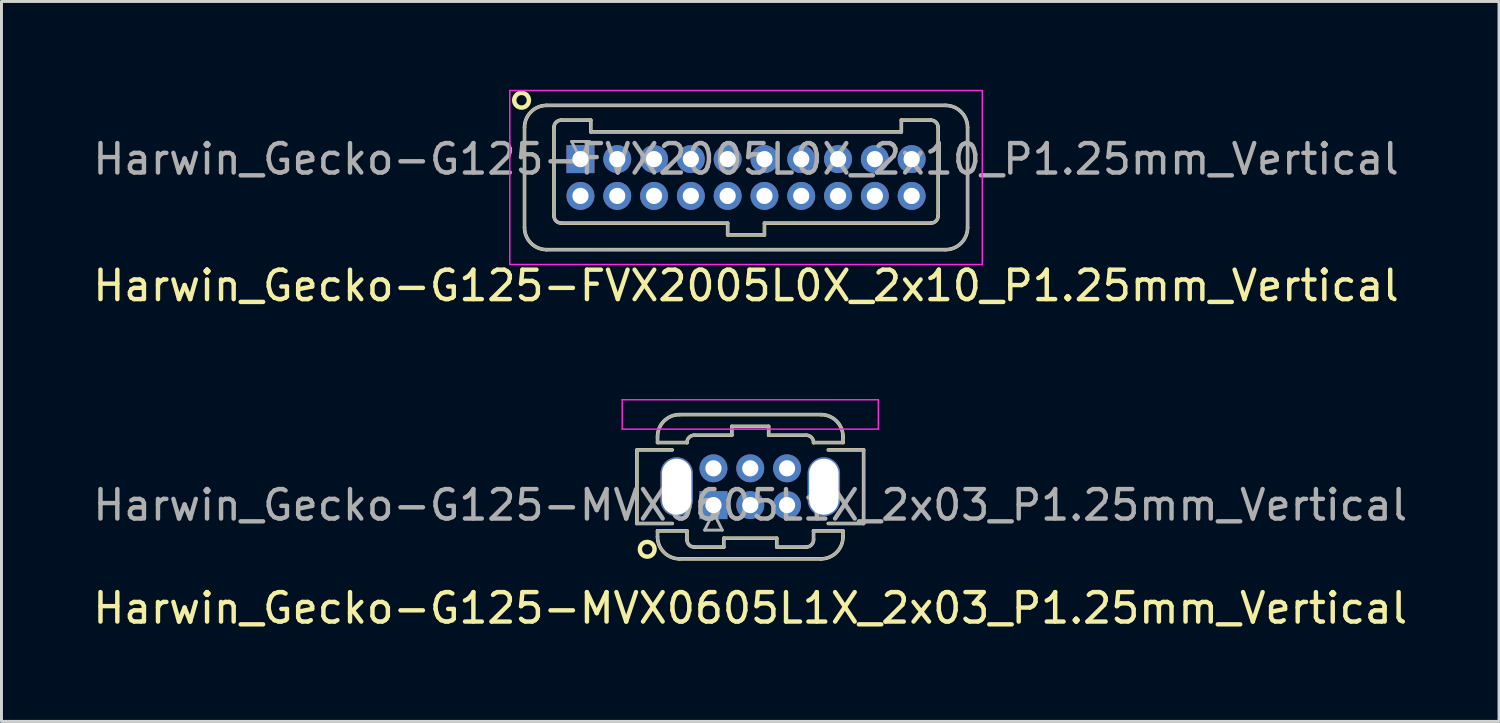
<source format=kicad_pcb>
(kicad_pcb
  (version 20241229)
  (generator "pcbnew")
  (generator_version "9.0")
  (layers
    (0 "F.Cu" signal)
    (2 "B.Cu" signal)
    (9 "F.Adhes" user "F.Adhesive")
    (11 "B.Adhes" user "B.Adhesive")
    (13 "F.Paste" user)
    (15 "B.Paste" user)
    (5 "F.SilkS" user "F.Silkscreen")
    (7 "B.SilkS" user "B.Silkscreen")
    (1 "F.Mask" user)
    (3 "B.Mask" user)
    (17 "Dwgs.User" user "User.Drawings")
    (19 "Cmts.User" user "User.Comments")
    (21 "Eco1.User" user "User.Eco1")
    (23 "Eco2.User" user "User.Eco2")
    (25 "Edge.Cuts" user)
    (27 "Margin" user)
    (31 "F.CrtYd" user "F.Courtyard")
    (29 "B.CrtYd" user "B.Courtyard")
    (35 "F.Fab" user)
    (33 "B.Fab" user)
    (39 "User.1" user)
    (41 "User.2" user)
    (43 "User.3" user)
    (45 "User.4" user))
  (footprint "Harwin_Gecko-G125-MVX0605L1X_2x03_P1.25mm_Vertical"
    (layer "F.Cu")
    (at 21.185 14.108)
    (property "Reference" "Harwin_Gecko-G125-MVX0605L1X_2x03_P1.25mm_Vertical" (at 1.25 3.5 0) (layer "F.SilkS") (effects (font (size 1 1) (thickness 0.15))))
    (attr through_hole)
    (fp_line (start -2.6 -1.875) (end -2.6 0.625) (stroke (width 0.12) (type solid)) (layer "F.SilkS"))
    (fp_line (start -2.6 0.625) (end -1.4 0.625) (stroke (width 0.12) (type solid)) (layer "F.SilkS"))
    (fp_line (start -1.9 -2.325) (end -1.9 -2.125) (stroke (width 0.12) (type solid)) (layer "F.SilkS"))
    (fp_line (start -1.9 -2.125) (end -0.9 -2.125) (stroke (width 0.12) (type solid)) (layer "F.SilkS"))
    (fp_line (start -1.9 0.875) (end -0.9 0.875) (stroke (width 0.12) (type solid)) (layer "F.SilkS"))
    (fp_line (start -1.9 1.075) (end -1.9 0.875) (stroke (width 0.12) (type solid)) (layer "F.SilkS"))
    (fp_line (start -1.4 -1.875) (end -2.6 -1.875) (stroke (width 0.12) (type solid)) (layer "F.SilkS"))
    (fp_line (start -1.15 -3.075) (end 3.65 -3.075) (stroke (width 0.12) (type solid)) (layer "F.SilkS"))
    (fp_line (start -1.15 1.825) (end 3.65 1.825) (stroke (width 0.12) (type solid)) (layer "F.SilkS"))
    (fp_line (start -0.9 -2.125) (end -0.9 -2.125) (stroke (width 0.12) (type solid)) (layer "F.SilkS"))
    (fp_line (start -0.9 0.875) (end -0.9 0.875) (stroke (width 0.12) (type solid)) (layer "F.SilkS"))
    (fp_line (start -0.9 1.175) (end -0.9 0.875) (stroke (width 0.12) (type solid)) (layer "F.SilkS"))
    (fp_line (start -0.65 -2.375) (end 0.625 -2.375) (stroke (width 0.12) (type solid)) (layer "F.SilkS"))
    (fp_line (start -0.65 1.425) (end 0.35 1.425) (stroke (width 0.12) (type solid)) (layer "F.SilkS"))
    (fp_line (start 0.35 1.125) (end 2.15 1.125) (stroke (width 0.12) (type solid)) (layer "F.SilkS"))
    (fp_line (start 0.35 1.425) (end 0.35 1.125) (stroke (width 0.12) (type solid)) (layer "F.SilkS"))
    (fp_line (start 0.625 -2.675) (end 1.875 -2.675) (stroke (width 0.12) (type solid)) (layer "F.SilkS"))
    (fp_line (start 0.625 -2.375) (end 0.625 -2.675) (stroke (width 0.12) (type solid)) (layer "F.SilkS"))
    (fp_line (start 1.875 -2.675) (end 1.875 -2.375) (stroke (width 0.12) (type solid)) (layer "F.SilkS"))
    (fp_line (start 1.875 -2.375) (end 3.15 -2.375) (stroke (width 0.12) (type solid)) (layer "F.SilkS"))
    (fp_line (start 2.15 1.125) (end 2.15 1.425) (stroke (width 0.12) (type solid)) (layer "F.SilkS"))
    (fp_line (start 2.15 1.425) (end 3.15 1.425) (stroke (width 0.12) (type solid)) (layer "F.SilkS"))
    (fp_line (start 3.4 -2.125) (end 3.4 -2.125) (stroke (width 0.12) (type solid)) (layer "F.SilkS"))
    (fp_line (start 3.4 0.875) (end 3.4 0.875) (stroke (width 0.12) (type solid)) (layer "F.SilkS"))
    (fp_line (start 3.4 1.175) (end 3.4 0.875) (stroke (width 0.12) (type solid)) (layer "F.SilkS"))
    (fp_line (start 3.9 -1.875) (end 5.1 -1.875) (stroke (width 0.12) (type solid)) (layer "F.SilkS"))
    (fp_line (start 4.4 -2.325) (end 4.4 -2.125) (stroke (width 0.12) (type solid)) (layer "F.SilkS"))
    (fp_line (start 4.4 -2.125) (end 3.4 -2.125) (stroke (width 0.12) (type solid)) (layer "F.SilkS"))
    (fp_line (start 4.4 0.875) (end 3.4 0.875) (stroke (width 0.12) (type solid)) (layer "F.SilkS"))
    (fp_line (start 4.4 1.075) (end 4.4 0.875) (stroke (width 0.12) (type solid)) (layer "F.SilkS"))
    (fp_line (start 5.1 -1.875) (end 5.1 0.625) (stroke (width 0.12) (type solid)) (layer "F.SilkS"))
    (fp_line (start 5.1 0.625) (end 3.9 0.625) (stroke (width 0.12) (type solid)) (layer "F.SilkS"))
    (fp_arc (start -1.9 -2.325) (mid -1.68033 -2.85533) (end -1.15 -3.075) (stroke (width 0.12) (type solid)) (layer "F.SilkS"))
    (fp_arc (start -1.15 1.825) (mid -1.68033 1.60533) (end -1.9 1.075) (stroke (width 0.12) (type solid)) (layer "F.SilkS"))
    (fp_arc (start -0.9 -2.125) (mid -0.826777 -2.301777) (end -0.65 -2.375) (stroke (width 0.12) (type solid)) (layer "F.SilkS"))
    (fp_arc (start -0.65 1.425) (mid -0.826777 1.351777) (end -0.9 1.175) (stroke (width 0.12) (type solid)) (layer "F.SilkS"))
    (fp_arc (start 3.15 -2.375) (mid 3.326777 -2.301777) (end 3.4 -2.125) (stroke (width 0.12) (type solid)) (layer "F.SilkS"))
    (fp_arc (start 3.4 1.175) (mid 3.326777 1.351777) (end 3.15 1.425) (stroke (width 0.12) (type solid)) (layer "F.SilkS"))
    (fp_arc (start 3.65 -3.075) (mid 4.18033 -2.85533) (end 4.4 -2.325) (stroke (width 0.12) (type solid)) (layer "F.SilkS"))
    (fp_arc (start 4.4 1.075) (mid 4.18033 1.60533) (end 3.65 1.825) (stroke (width 0.12) (type solid)) (layer "F.SilkS"))
    (fp_circle (center -2.25 1.5) (end -2 1.5) (stroke (width 0.15) (type solid)) (fill no) (layer "F.SilkS"))
    (fp_line (start -3.1 -3.58) (end -3.1 -2.58) (stroke (width 0.05) (type solid)) (layer "F.CrtYd"))
    (fp_line (start -3.1 -2.58) (end 5.6 -2.58) (stroke (width 0.05) (type solid)) (layer "F.CrtYd"))
    (fp_line (start 5.6 -3.58) (end -3.1 -3.58) (stroke (width 0.05) (type solid)) (layer "F.CrtYd"))
    (fp_line (start 5.6 -2.58) (end 5.6 -3.58) (stroke (width 0.05) (type solid)) (layer "F.CrtYd"))
    (fp_line (start -2.6 -1.875) (end -2.6 0.625) (stroke (width 0.1) (type solid)) (layer "F.Fab"))
    (fp_line (start -2.6 0.625) (end -1.4 0.625) (stroke (width 0.1) (type solid)) (layer "F.Fab"))
    (fp_line (start -1.9 -2.325) (end -1.9 -2.125) (stroke (width 0.1) (type solid)) (layer "F.Fab"))
    (fp_line (start -1.9 -2.125) (end -0.9 -2.125) (stroke (width 0.1) (type solid)) (layer "F.Fab"))
    (fp_line (start -1.9 0.875) (end -0.9 0.875) (stroke (width 0.1) (type solid)) (layer "F.Fab"))
    (fp_line (start -1.9 1.075) (end -1.9 0.875) (stroke (width 0.1) (type solid)) (layer "F.Fab"))
    (fp_line (start -1.4 -1.875) (end -2.6 -1.875) (stroke (width 0.1) (type solid)) (layer "F.Fab"))
    (fp_line (start -1.15 -3.075) (end 3.65 -3.075) (stroke (width 0.1) (type solid)) (layer "F.Fab"))
    (fp_line (start -1.15 1.825) (end 3.65 1.825) (stroke (width 0.1) (type solid)) (layer "F.Fab"))
    (fp_line (start -0.9 -2.125) (end -0.9 -2.125) (stroke (width 0.1) (type solid)) (layer "F.Fab"))
    (fp_line (start -0.9 0.875) (end -0.9 0.875) (stroke (width 0.1) (type solid)) (layer "F.Fab"))
    (fp_line (start -0.9 1.175) (end -0.9 0.875) (stroke (width 0.1) (type solid)) (layer "F.Fab"))
    (fp_line (start -0.65 -2.375) (end 0.625 -2.375) (stroke (width 0.1) (type solid)) (layer "F.Fab"))
    (fp_line (start -0.65 1.425) (end 0.35 1.425) (stroke (width 0.1) (type solid)) (layer "F.Fab"))
    (fp_line (start -0.3 0.85) (end 0.3 0.85) (stroke (width 0.1) (type solid)) (layer "F.Fab"))
    (fp_line (start 0 0.25) (end -0.3 0.85) (stroke (width 0.1) (type solid)) (layer "F.Fab"))
    (fp_line (start 0.3 0.85) (end 0 0.25) (stroke (width 0.1) (type solid)) (layer "F.Fab"))
    (fp_line (start 0.35 1.125) (end 2.15 1.125) (stroke (width 0.1) (type solid)) (layer "F.Fab"))
    (fp_line (start 0.35 1.425) (end 0.35 1.125) (stroke (width 0.1) (type solid)) (layer "F.Fab"))
    (fp_line (start 0.625 -2.675) (end 1.875 -2.675) (stroke (width 0.1) (type solid)) (layer "F.Fab"))
    (fp_line (start 0.625 -2.375) (end 0.625 -2.675) (stroke (width 0.1) (type solid)) (layer "F.Fab"))
    (fp_line (start 1.875 -2.675) (end 1.875 -2.375) (stroke (width 0.1) (type solid)) (layer "F.Fab"))
    (fp_line (start 1.875 -2.375) (end 3.15 -2.375) (stroke (width 0.1) (type solid)) (layer "F.Fab"))
    (fp_line (start 2.15 1.125) (end 2.15 1.425) (stroke (width 0.1) (type solid)) (layer "F.Fab"))
    (fp_line (start 2.15 1.425) (end 3.15 1.425) (stroke (width 0.1) (type solid)) (layer "F.Fab"))
    (fp_line (start 3.4 -2.125) (end 3.4 -2.125) (stroke (width 0.1) (type solid)) (layer "F.Fab"))
    (fp_line (start 3.4 0.875) (end 3.4 0.875) (stroke (width 0.1) (type solid)) (layer "F.Fab"))
    (fp_line (start 3.4 1.175) (end 3.4 0.875) (stroke (width 0.1) (type solid)) (layer "F.Fab"))
    (fp_line (start 3.9 -1.875) (end 5.1 -1.875) (stroke (width 0.1) (type solid)) (layer "F.Fab"))
    (fp_line (start 4.4 -2.325) (end 4.4 -2.125) (stroke (width 0.1) (type solid)) (layer "F.Fab"))
    (fp_line (start 4.4 -2.125) (end 3.4 -2.125) (stroke (width 0.1) (type solid)) (layer "F.Fab"))
    (fp_line (start 4.4 0.875) (end 3.4 0.875) (stroke (width 0.1) (type solid)) (layer "F.Fab"))
    (fp_line (start 4.4 1.075) (end 4.4 0.875) (stroke (width 0.1) (type solid)) (layer "F.Fab"))
    (fp_line (start 5.1 -1.875) (end 5.1 0.625) (stroke (width 0.1) (type solid)) (layer "F.Fab"))
    (fp_line (start 5.1 0.625) (end 3.9 0.625) (stroke (width 0.1) (type solid)) (layer "F.Fab"))
    (fp_arc (start -1.9 -2.325) (mid -1.68033 -2.85533) (end -1.15 -3.075) (stroke (width 0.1) (type solid)) (layer "F.Fab"))
    (fp_arc (start -1.15 1.825) (mid -1.68033 1.60533) (end -1.9 1.075) (stroke (width 0.1) (type solid)) (layer "F.Fab"))
    (fp_arc (start -0.9 -2.125) (mid -0.826777 -2.301777) (end -0.65 -2.375) (stroke (width 0.1) (type solid)) (layer "F.Fab"))
    (fp_arc (start -0.65 1.425) (mid -0.826777 1.351777) (end -0.9 1.175) (stroke (width 0.1) (type solid)) (layer "F.Fab"))
    (fp_arc (start 3.15 -2.375) (mid 3.326777 -2.301777) (end 3.4 -2.125) (stroke (width 0.1) (type solid)) (layer "F.Fab"))
    (fp_arc (start 3.4 1.175) (mid 3.326777 1.351777) (end 3.15 1.425) (stroke (width 0.1) (type solid)) (layer "F.Fab"))
    (fp_arc (start 3.65 -3.075) (mid 4.18033 -2.85533) (end 4.4 -2.325) (stroke (width 0.1) (type solid)) (layer "F.Fab"))
    (fp_arc (start 4.4 1.075) (mid 4.18033 1.60533) (end 3.65 1.825) (stroke (width 0.1) (type solid)) (layer "F.Fab"))
    (fp_text user "${REFERENCE}" (at 1.25 0 0) (layer "F.Fab") (effects (font (size 1 1) (thickness 0.15))))
    (pad "" np_thru_hole oval (at -1.25 -0.625) (size 1.1 2) (drill oval 1 1.9) (layers "*.Cu" "*.Mask"))
    (pad "" np_thru_hole oval (at 3.75 -0.625) (size 1.1 2) (drill oval 1 1.9) (layers "*.Cu" "*.Mask"))
    (pad "1" thru_hole rect (at 0 0) (size 0.95 0.95) (drill 0.55) (layers "*.Cu" "*.Mask"))
    (pad "2" thru_hole circle (at 0 -1.25) (size 0.95 0.95) (drill 0.55) (layers "*.Cu" "*.Mask"))
    (pad "3" thru_hole circle (at 1.25 0) (size 0.95 0.95) (drill 0.55) (layers "*.Cu" "*.Mask"))
    (pad "4" thru_hole circle (at 1.25 -1.25) (size 0.95 0.95) (drill 0.55) (layers "*.Cu" "*.Mask"))
    (pad "5" thru_hole circle (at 2.5 0) (size 0.95 0.95) (drill 0.55) (layers "*.Cu" "*.Mask"))
    (pad "6" thru_hole circle (at 2.5 -1.25) (size 0.95 0.95) (drill 0.55) (layers "*.Cu" "*.Mask")))
  (footprint "Harwin_Gecko-G125-FVX2005L0X_2x10_P1.25mm_Vertical"
    (layer "F.Cu")
    (at 16.667 2.355)
    (property "Reference" "Harwin_Gecko-G125-FVX2005L0X_2x10_P1.25mm_Vertical" (at 5.625 4.3 0) (layer "F.SilkS") (effects (font (size 1 1) (thickness 0.15))))
    (attr through_hole)
    (fp_line (start -1.9 -1.075) (end -1.9 2.325) (stroke (width 0.12) (type solid)) (layer "F.SilkS"))
    (fp_line (start -1.15 -1.825) (end 12.4 -1.825) (stroke (width 0.12) (type solid)) (layer "F.SilkS"))
    (fp_line (start -1.15 3.075) (end 12.4 3.075) (stroke (width 0.12) (type solid)) (layer "F.SilkS"))
    (fp_line (start -0.9 -1.075) (end -0.9 1.925) (stroke (width 0.12) (type solid)) (layer "F.SilkS"))
    (fp_line (start -0.65 -1.325) (end 0.35 -1.325) (stroke (width 0.12) (type solid)) (layer "F.SilkS"))
    (fp_line (start -0.65 2.175) (end 5 2.175) (stroke (width 0.12) (type solid)) (layer "F.SilkS"))
    (fp_line (start 0.35 -1.325) (end 0.35 -0.925) (stroke (width 0.12) (type solid)) (layer "F.SilkS"))
    (fp_line (start 0.35 -0.925) (end 10.9 -0.925) (stroke (width 0.12) (type solid)) (layer "F.SilkS"))
    (fp_line (start 5 2.175) (end 5 2.575) (stroke (width 0.12) (type solid)) (layer "F.SilkS"))
    (fp_line (start 5 2.575) (end 6.25 2.575) (stroke (width 0.12) (type solid)) (layer "F.SilkS"))
    (fp_line (start 6.25 2.175) (end 11.9 2.175) (stroke (width 0.12) (type solid)) (layer "F.SilkS"))
    (fp_line (start 6.25 2.575) (end 6.25 2.175) (stroke (width 0.12) (type solid)) (layer "F.SilkS"))
    (fp_line (start 10.9 -1.325) (end 11.9 -1.325) (stroke (width 0.12) (type solid)) (layer "F.SilkS"))
    (fp_line (start 10.9 -0.925) (end 10.9 -1.325) (stroke (width 0.12) (type solid)) (layer "F.SilkS"))
    (fp_line (start 12.15 -1.075) (end 12.15 1.925) (stroke (width 0.12) (type solid)) (layer "F.SilkS"))
    (fp_line (start 13.15 -1.075) (end 13.15 2.325) (stroke (width 0.12) (type solid)) (layer "F.SilkS"))
    (fp_arc (start -1.9 -1.075) (mid -1.68033 -1.60533) (end -1.15 -1.825) (stroke (width 0.12) (type solid)) (layer "F.SilkS"))
    (fp_arc (start -1.15 3.075) (mid -1.68033 2.85533) (end -1.9 2.325) (stroke (width 0.12) (type solid)) (layer "F.SilkS"))
    (fp_arc (start -0.9 -1.075) (mid -0.826777 -1.251777) (end -0.65 -1.325) (stroke (width 0.12) (type solid)) (layer "F.SilkS"))
    (fp_arc (start -0.65 2.175) (mid -0.826777 2.101777) (end -0.9 1.925) (stroke (width 0.12) (type solid)) (layer "F.SilkS"))
    (fp_arc (start 11.9 -1.325) (mid 12.076777 -1.251777) (end 12.15 -1.075) (stroke (width 0.12) (type solid)) (layer "F.SilkS"))
    (fp_arc (start 12.15 1.925) (mid 12.076777 2.101777) (end 11.9 2.175) (stroke (width 0.12) (type solid)) (layer "F.SilkS"))
    (fp_arc (start 12.4 -1.825) (mid 12.93033 -1.60533) (end 13.15 -1.075) (stroke (width 0.12) (type solid)) (layer "F.SilkS"))
    (fp_arc (start 13.15 2.325) (mid 12.93033 2.85533) (end 12.4 3.075) (stroke (width 0.12) (type solid)) (layer "F.SilkS"))
    (fp_circle (center -2 -2) (end -1.75 -2) (stroke (width 0.15) (type solid)) (fill no) (layer "F.SilkS"))
    (fp_line (start -2.4 -2.33) (end -2.4 3.58) (stroke (width 0.05) (type solid)) (layer "F.CrtYd"))
    (fp_line (start -2.4 3.58) (end 13.65 3.58) (stroke (width 0.05) (type solid)) (layer "F.CrtYd"))
    (fp_line (start 13.65 -2.33) (end -2.4 -2.33) (stroke (width 0.05) (type solid)) (layer "F.CrtYd"))
    (fp_line (start 13.65 3.58) (end 13.65 -2.33) (stroke (width 0.05) (type solid)) (layer "F.CrtYd"))
    (fp_line (start -1.9 -1.075) (end -1.9 2.325) (stroke (width 0.1) (type solid)) (layer "F.Fab"))
    (fp_line (start -1.15 -1.825) (end 12.4 -1.825) (stroke (width 0.1) (type solid)) (layer "F.Fab"))
    (fp_line (start -1.15 3.075) (end 12.4 3.075) (stroke (width 0.1) (type solid)) (layer "F.Fab"))
    (fp_line (start -0.9 -1.075) (end -0.9 1.925) (stroke (width 0.1) (type solid)) (layer "F.Fab"))
    (fp_line (start -0.65 -1.325) (end 0.35 -1.325) (stroke (width 0.1) (type solid)) (layer "F.Fab"))
    (fp_line (start -0.65 2.175) (end 5 2.175) (stroke (width 0.1) (type solid)) (layer "F.Fab"))
    (fp_line (start -0.3 -0.6) (end 0.3 -0.6) (stroke (width 0.1) (type solid)) (layer "F.Fab"))
    (fp_line (start 0 0) (end -0.3 -0.6) (stroke (width 0.1) (type solid)) (layer "F.Fab"))
    (fp_line (start 0.3 -0.6) (end 0 0) (stroke (width 0.1) (type solid)) (layer "F.Fab"))
    (fp_line (start 0.35 -1.325) (end 0.35 -0.925) (stroke (width 0.1) (type solid)) (layer "F.Fab"))
    (fp_line (start 0.35 -0.925) (end 10.9 -0.925) (stroke (width 0.1) (type solid)) (layer "F.Fab"))
    (fp_line (start 5 2.175) (end 5 2.575) (stroke (width 0.1) (type solid)) (layer "F.Fab"))
    (fp_line (start 5 2.575) (end 6.25 2.575) (stroke (width 0.1) (type solid)) (layer "F.Fab"))
    (fp_line (start 6.25 2.175) (end 11.9 2.175) (stroke (width 0.1) (type solid)) (layer "F.Fab"))
    (fp_line (start 6.25 2.575) (end 6.25 2.175) (stroke (width 0.1) (type solid)) (layer "F.Fab"))
    (fp_line (start 10.9 -1.325) (end 11.9 -1.325) (stroke (width 0.1) (type solid)) (layer "F.Fab"))
    (fp_line (start 10.9 -0.925) (end 10.9 -1.325) (stroke (width 0.1) (type solid)) (layer "F.Fab"))
    (fp_line (start 12.15 -1.075) (end 12.15 1.925) (stroke (width 0.1) (type solid)) (layer "F.Fab"))
    (fp_line (start 13.15 -1.075) (end 13.15 2.325) (stroke (width 0.1) (type solid)) (layer "F.Fab"))
    (fp_arc (start -1.9 -1.075) (mid -1.68033 -1.60533) (end -1.15 -1.825) (stroke (width 0.1) (type solid)) (layer "F.Fab"))
    (fp_arc (start -1.15 3.075) (mid -1.68033 2.85533) (end -1.9 2.325) (stroke (width 0.1) (type solid)) (layer "F.Fab"))
    (fp_arc (start -0.9 -1.075) (mid -0.826777 -1.251777) (end -0.65 -1.325) (stroke (width 0.1) (type solid)) (layer "F.Fab"))
    (fp_arc (start -0.65 2.175) (mid -0.826777 2.101777) (end -0.9 1.925) (stroke (width 0.1) (type solid)) (layer "F.Fab"))
    (fp_arc (start 11.9 -1.325) (mid 12.076777 -1.251777) (end 12.15 -1.075) (stroke (width 0.1) (type solid)) (layer "F.Fab"))
    (fp_arc (start 12.15 1.925) (mid 12.076777 2.101777) (end 11.9 2.175) (stroke (width 0.1) (type solid)) (layer "F.Fab"))
    (fp_arc (start 12.4 -1.825) (mid 12.93033 -1.60533) (end 13.15 -1.075) (stroke (width 0.1) (type solid)) (layer "F.Fab"))
    (fp_arc (start 13.15 2.325) (mid 12.93033 2.85533) (end 12.4 3.075) (stroke (width 0.1) (type solid)) (layer "F.Fab"))
    (fp_text user "${REFERENCE}" (at 5.625 0 0) (layer "F.Fab") (effects (font (size 1 1) (thickness 0.15))))
    (pad "1" thru_hole rect (at 0 0) (size 0.95 0.95) (drill 0.55) (layers "*.Cu" "*.Mask"))
    (pad "2" thru_hole circle (at 0 1.25) (size 0.95 0.95) (drill 0.55) (layers "*.Cu" "*.Mask"))
    (pad "3" thru_hole circle (at 1.25 0) (size 0.95 0.95) (drill 0.55) (layers "*.Cu" "*.Mask"))
    (pad "4" thru_hole circle (at 1.25 1.25) (size 0.95 0.95) (drill 0.55) (layers "*.Cu" "*.Mask"))
    (pad "5" thru_hole circle (at 2.5 0) (size 0.95 0.95) (drill 0.55) (layers "*.Cu" "*.Mask"))
    (pad "6" thru_hole circle (at 2.5 1.25) (size 0.95 0.95) (drill 0.55) (layers "*.Cu" "*.Mask"))
    (pad "7" thru_hole circle (at 3.75 0) (size 0.95 0.95) (drill 0.55) (layers "*.Cu" "*.Mask"))
    (pad "8" thru_hole circle (at 3.75 1.25) (size 0.95 0.95) (drill 0.55) (layers "*.Cu" "*.Mask"))
    (pad "9" thru_hole circle (at 5 0) (size 0.95 0.95) (drill 0.55) (layers "*.Cu" "*.Mask"))
    (pad "10" thru_hole circle (at 5 1.25) (size 0.95 0.95) (drill 0.55) (layers "*.Cu" "*.Mask"))
    (pad "11" thru_hole circle (at 6.25 0) (size 0.95 0.95) (drill 0.55) (layers "*.Cu" "*.Mask"))
    (pad "12" thru_hole circle (at 6.25 1.25) (size 0.95 0.95) (drill 0.55) (layers "*.Cu" "*.Mask"))
    (pad "13" thru_hole circle (at 7.5 0) (size 0.95 0.95) (drill 0.55) (layers "*.Cu" "*.Mask"))
    (pad "14" thru_hole circle (at 7.5 1.25) (size 0.95 0.95) (drill 0.55) (layers "*.Cu" "*.Mask"))
    (pad "15" thru_hole circle (at 8.75 0) (size 0.95 0.95) (drill 0.55) (layers "*.Cu" "*.Mask"))
    (pad "16" thru_hole circle (at 8.75 1.25) (size 0.95 0.95) (drill 0.55) (layers "*.Cu" "*.Mask"))
    (pad "17" thru_hole circle (at 10 0) (size 0.95 0.95) (drill 0.55) (layers "*.Cu" "*.Mask"))
    (pad "18" thru_hole circle (at 10 1.25) (size 0.95 0.95) (drill 0.55) (layers "*.Cu" "*.Mask"))
    (pad "19" thru_hole circle (at 11.25 0) (size 0.95 0.95) (drill 0.55) (layers "*.Cu" "*.Mask"))
    (pad "20" thru_hole circle (at 11.25 1.25) (size 0.95 0.95) (drill 0.55) (layers "*.Cu" "*.Mask")))
  (gr_rect
    (start -3 -3)
    (end 47.869 21.456)
    (stroke (width 0.1) (type default))
    (fill no)
    (layer "Edge.Cuts")))
</source>
